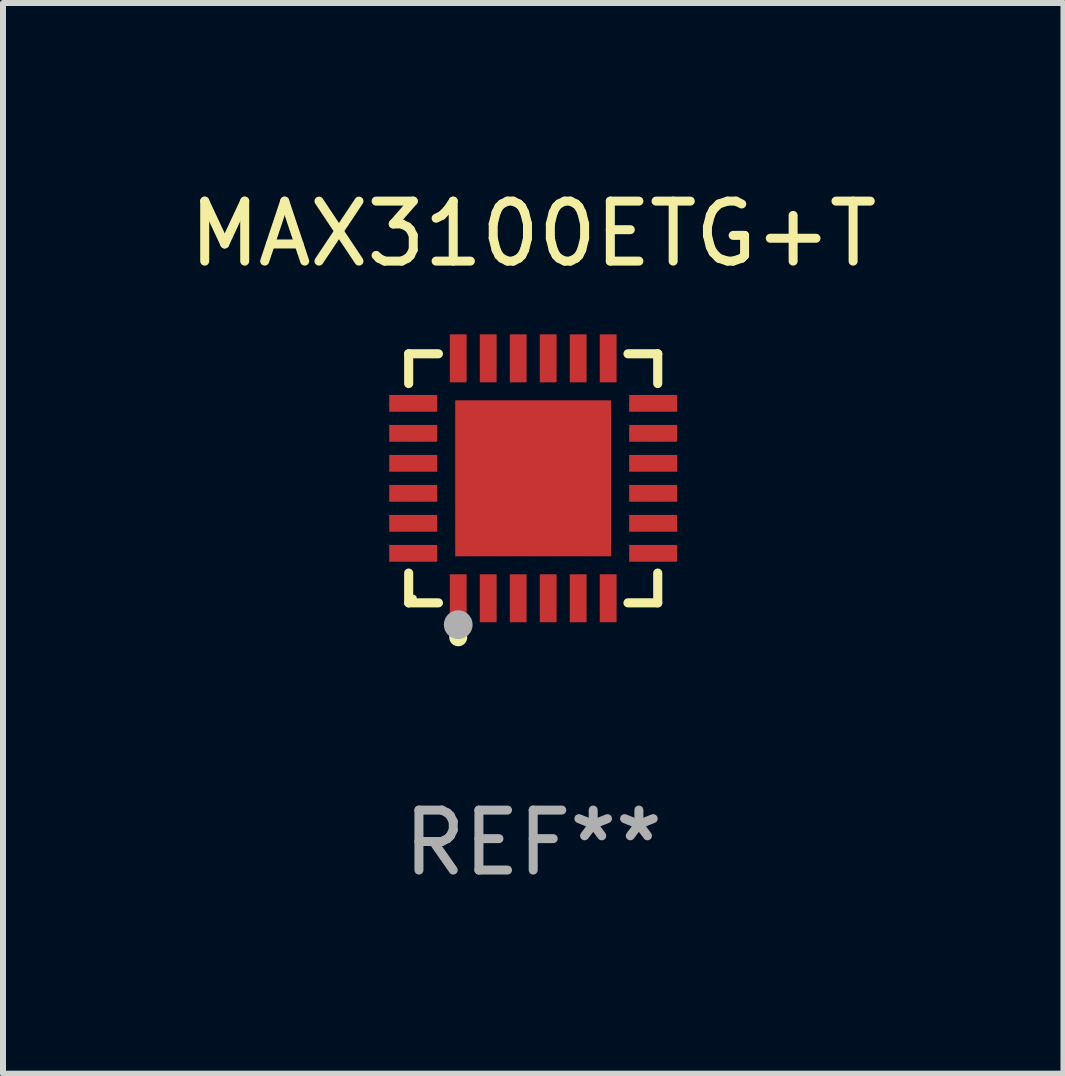
<source format=kicad_pcb>
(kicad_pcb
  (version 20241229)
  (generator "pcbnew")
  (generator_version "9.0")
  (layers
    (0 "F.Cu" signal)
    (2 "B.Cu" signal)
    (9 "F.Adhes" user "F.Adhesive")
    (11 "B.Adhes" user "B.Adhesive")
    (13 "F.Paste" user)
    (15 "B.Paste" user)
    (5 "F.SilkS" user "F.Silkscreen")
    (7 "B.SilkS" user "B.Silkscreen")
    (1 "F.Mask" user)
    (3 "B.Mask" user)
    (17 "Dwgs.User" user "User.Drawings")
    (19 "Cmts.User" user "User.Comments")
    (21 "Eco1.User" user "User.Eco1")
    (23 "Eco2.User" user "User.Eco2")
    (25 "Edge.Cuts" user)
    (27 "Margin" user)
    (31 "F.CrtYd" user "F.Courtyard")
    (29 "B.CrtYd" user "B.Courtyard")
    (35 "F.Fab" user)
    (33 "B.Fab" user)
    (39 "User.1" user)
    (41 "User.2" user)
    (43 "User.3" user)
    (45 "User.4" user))
  (footprint "MAX3100ETG+T"
    (layer "F.Cu")
    (at 5.839 4.924)
    (property "Reference" "MAX3100ETG+T" (at 0 -4.076 0) (layer "F.SilkS") (effects (font (size 1 1) (thickness 0.15))))
    (attr through_hole)
    (fp_line (start -2.076 -2.076) (end -1.58 -2.076) (stroke (width 0.152) (type solid)) (layer "F.SilkS"))
    (fp_line (start -2.076 -1.58) (end -2.076 -2.076) (stroke (width 0.152) (type solid)) (layer "F.SilkS"))
    (fp_line (start -2.076 1.58) (end -2.076 2.076) (stroke (width 0.152) (type solid)) (layer "F.SilkS"))
    (fp_line (start -2.076 2.076) (end -1.58 2.076) (stroke (width 0.152) (type solid)) (layer "F.SilkS"))
    (fp_line (start 2.076 -2.076) (end 1.58 -2.076) (stroke (width 0.152) (type solid)) (layer "F.SilkS"))
    (fp_line (start 2.076 -1.58) (end 2.076 -2.076) (stroke (width 0.152) (type solid)) (layer "F.SilkS"))
    (fp_line (start 2.076 1.58) (end 2.076 2.076) (stroke (width 0.152) (type solid)) (layer "F.SilkS"))
    (fp_line (start 2.076 2.076) (end 1.58 2.076) (stroke (width 0.152) (type solid)) (layer "F.SilkS"))
    (fp_circle (center -2 2) (end -1.97 2) (stroke (width 0.06) (type solid)) (fill no) (layer "F.SilkS"))
    (fp_circle (center -1.25 2.65) (end -1.175 2.65) (stroke (width 0.15) (type solid)) (fill no) (layer "F.SilkS"))
    (fp_circle (center -1.25 2.44) (end -1.13 2.44) (stroke (width 0.24) (type solid)) (fill no) (layer "F.Fab"))
    (fp_text user "REF**" (at 0 6.076 0) (layer "F.Fab") (effects (font (size 1 1) (thickness 0.15))))
    (pad "1" smd rect (at -1.25 2) (size 0.28 0.8) (layers "F.Cu" "F.Mask" "F.Paste"))
    (pad "2" smd rect (at -0.75 2) (size 0.28 0.8) (layers "F.Cu" "F.Mask" "F.Paste"))
    (pad "3" smd rect (at -0.25 2) (size 0.28 0.8) (layers "F.Cu" "F.Mask" "F.Paste"))
    (pad "4" smd rect (at 0.25 2) (size 0.28 0.8) (layers "F.Cu" "F.Mask" "F.Paste"))
    (pad "5" smd rect (at 0.75 2) (size 0.28 0.8) (layers "F.Cu" "F.Mask" "F.Paste"))
    (pad "6" smd rect (at 1.25 2) (size 0.28 0.8) (layers "F.Cu" "F.Mask" "F.Paste"))
    (pad "7" smd rect (at 2 1.25) (size 0.8 0.28) (layers "F.Cu" "F.Mask" "F.Paste"))
    (pad "8" smd rect (at 2 0.75) (size 0.8 0.28) (layers "F.Cu" "F.Mask" "F.Paste"))
    (pad "9" smd rect (at 2 0.25) (size 0.8 0.28) (layers "F.Cu" "F.Mask" "F.Paste"))
    (pad "10" smd rect (at 2 -0.25) (size 0.8 0.28) (layers "F.Cu" "F.Mask" "F.Paste"))
    (pad "11" smd rect (at 2 -0.75) (size 0.8 0.28) (layers "F.Cu" "F.Mask" "F.Paste"))
    (pad "12" smd rect (at 2 -1.25) (size 0.8 0.28) (layers "F.Cu" "F.Mask" "F.Paste"))
    (pad "13" smd rect (at 1.25 -2) (size 0.28 0.8) (layers "F.Cu" "F.Mask" "F.Paste"))
    (pad "14" smd rect (at 0.75 -2) (size 0.28 0.8) (layers "F.Cu" "F.Mask" "F.Paste"))
    (pad "15" smd rect (at 0.25 -2) (size 0.28 0.8) (layers "F.Cu" "F.Mask" "F.Paste"))
    (pad "16" smd rect (at -0.25 -2) (size 0.28 0.8) (layers "F.Cu" "F.Mask" "F.Paste"))
    (pad "17" smd rect (at -0.75 -2) (size 0.28 0.8) (layers "F.Cu" "F.Mask" "F.Paste"))
    (pad "18" smd rect (at -1.25 -2) (size 0.28 0.8) (layers "F.Cu" "F.Mask" "F.Paste"))
    (pad "19" smd rect (at -2 -1.25) (size 0.8 0.28) (layers "F.Cu" "F.Mask" "F.Paste"))
    (pad "20" smd rect (at -2 -0.75) (size 0.8 0.28) (layers "F.Cu" "F.Mask" "F.Paste"))
    (pad "21" smd rect (at -2 -0.25) (size 0.8 0.28) (layers "F.Cu" "F.Mask" "F.Paste"))
    (pad "22" smd rect (at -2 0.25) (size 0.8 0.28) (layers "F.Cu" "F.Mask" "F.Paste"))
    (pad "23" smd rect (at -2 0.75) (size 0.8 0.28) (layers "F.Cu" "F.Mask" "F.Paste"))
    (pad "24" smd rect (at -2 1.25) (size 0.8 0.28) (layers "F.Cu" "F.Mask" "F.Paste"))
    (pad "25" smd rect (at 0 0) (size 2.6 2.6) (layers "F.Cu" "F.Mask" "F.Paste")))
  (gr_rect
    (start -3 -3)
    (end 14.679 14.849)
    (stroke (width 0.1) (type default))
    (fill no)
    (layer "Edge.Cuts")))
</source>
